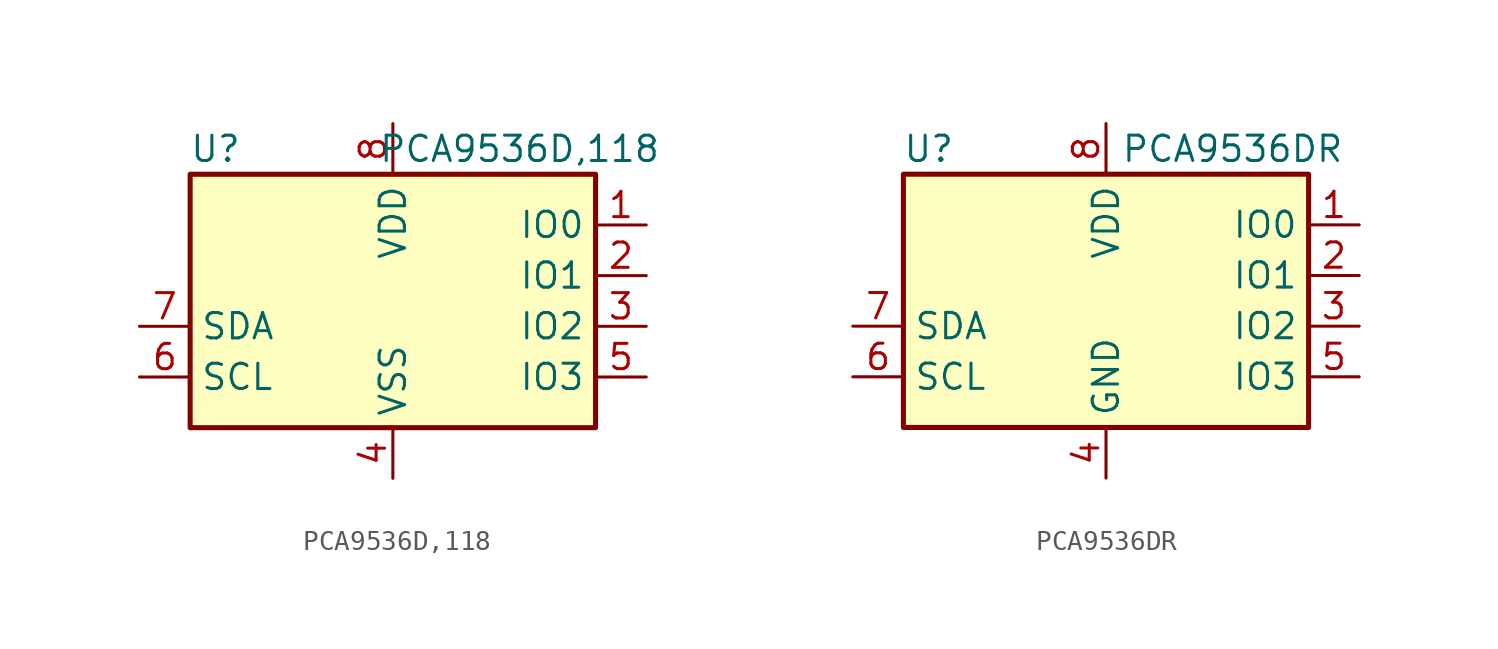
<source format=kicad_sym>
(kicad_symbol_lib
  (version 20241209)
  (generator "kicad_symbol_editor")
  (generator_version "9.0")
  (symbol "PCA9536D,118"
    (property "Reference" "U"
      (at -8.89 6.35 0)
      (effects (font (size 1.27 1.27))))
    (property "Value" "PCA9536D,118"
      (at 6.35 6.35 0)
      (effects (font (size 1.27 1.27))))
    (symbol "PCA9536D,118_0_1"
      (rectangle (start -10.16 5.08) (end 10.16 -7.62) (stroke (width 0.254) (type default)) (fill (type background))))
    (symbol "PCA9536D,118_1_1"
      (pin bidirectional line (at -12.7 -2.54 0) (length 2.54) (name "SDA" (effects (font (size 1.27 1.27)))) (number "7" (effects (font (size 1.27 1.27)))))
      (pin input line (at -12.7 -5.08 0) (length 2.54) (name "SCL" (effects (font (size 1.27 1.27)))) (number "6" (effects (font (size 1.27 1.27)))))
      (pin power_in line (at 0 7.62 270) (length 2.54) (name "VDD" (effects (font (size 1.27 1.27)))) (number "8" (effects (font (size 1.27 1.27)))))
      (pin power_in line (at 0 -10.16 90) (length 2.54) (name "VSS" (effects (font (size 1.27 1.27)))) (number "4" (effects (font (size 1.27 1.27)))))
      (pin bidirectional line (at 12.7 2.54 180) (length 2.54) (name "IO0" (effects (font (size 1.27 1.27)))) (number "1" (effects (font (size 1.27 1.27)))))
      (pin bidirectional line (at 12.7 0 180) (length 2.54) (name "IO1" (effects (font (size 1.27 1.27)))) (number "2" (effects (font (size 1.27 1.27)))))
      (pin bidirectional line (at 12.7 -2.54 180) (length 2.54) (name "IO2" (effects (font (size 1.27 1.27)))) (number "3" (effects (font (size 1.27 1.27)))))
      (pin bidirectional line (at 12.7 -5.08 180) (length 2.54) (name "IO3" (effects (font (size 1.27 1.27)))) (number "5" (effects (font (size 1.27 1.27)))))))
  (symbol "PCA9536DR"
    (property "Reference" "U"
      (at -8.89 6.35 0)
      (effects (font (size 1.27 1.27))))
    (property "Value" "PCA9536DR"
      (at 6.35 6.35 0)
      (effects (font (size 1.27 1.27))))
    (symbol "PCA9536DR_0_1"
      (rectangle (start -10.16 5.08) (end 10.16 -7.62) (stroke (width 0.254) (type default)) (fill (type background))))
    (symbol "PCA9536DR_1_1"
      (pin bidirectional line (at -12.7 -2.54 0) (length 2.54) (name "SDA" (effects (font (size 1.27 1.27)))) (number "7" (effects (font (size 1.27 1.27)))))
      (pin input line (at -12.7 -5.08 0) (length 2.54) (name "SCL" (effects (font (size 1.27 1.27)))) (number "6" (effects (font (size 1.27 1.27)))))
      (pin power_in line (at 0 7.62 270) (length 2.54) (name "VDD" (effects (font (size 1.27 1.27)))) (number "8" (effects (font (size 1.27 1.27)))))
      (pin power_in line (at 0 -10.16 90) (length 2.54) (name "GND" (effects (font (size 1.27 1.27)))) (number "4" (effects (font (size 1.27 1.27)))))
      (pin bidirectional line (at 12.7 2.54 180) (length 2.54) (name "IO0" (effects (font (size 1.27 1.27)))) (number "1" (effects (font (size 1.27 1.27)))))
      (pin bidirectional line (at 12.7 0 180) (length 2.54) (name "IO1" (effects (font (size 1.27 1.27)))) (number "2" (effects (font (size 1.27 1.27)))))
      (pin bidirectional line (at 12.7 -2.54 180) (length 2.54) (name "IO2" (effects (font (size 1.27 1.27)))) (number "3" (effects (font (size 1.27 1.27)))))
      (pin bidirectional line (at 12.7 -5.08 180) (length 2.54) (name "IO3" (effects (font (size 1.27 1.27)))) (number "5" (effects (font (size 1.27 1.27))))))))
</source>
